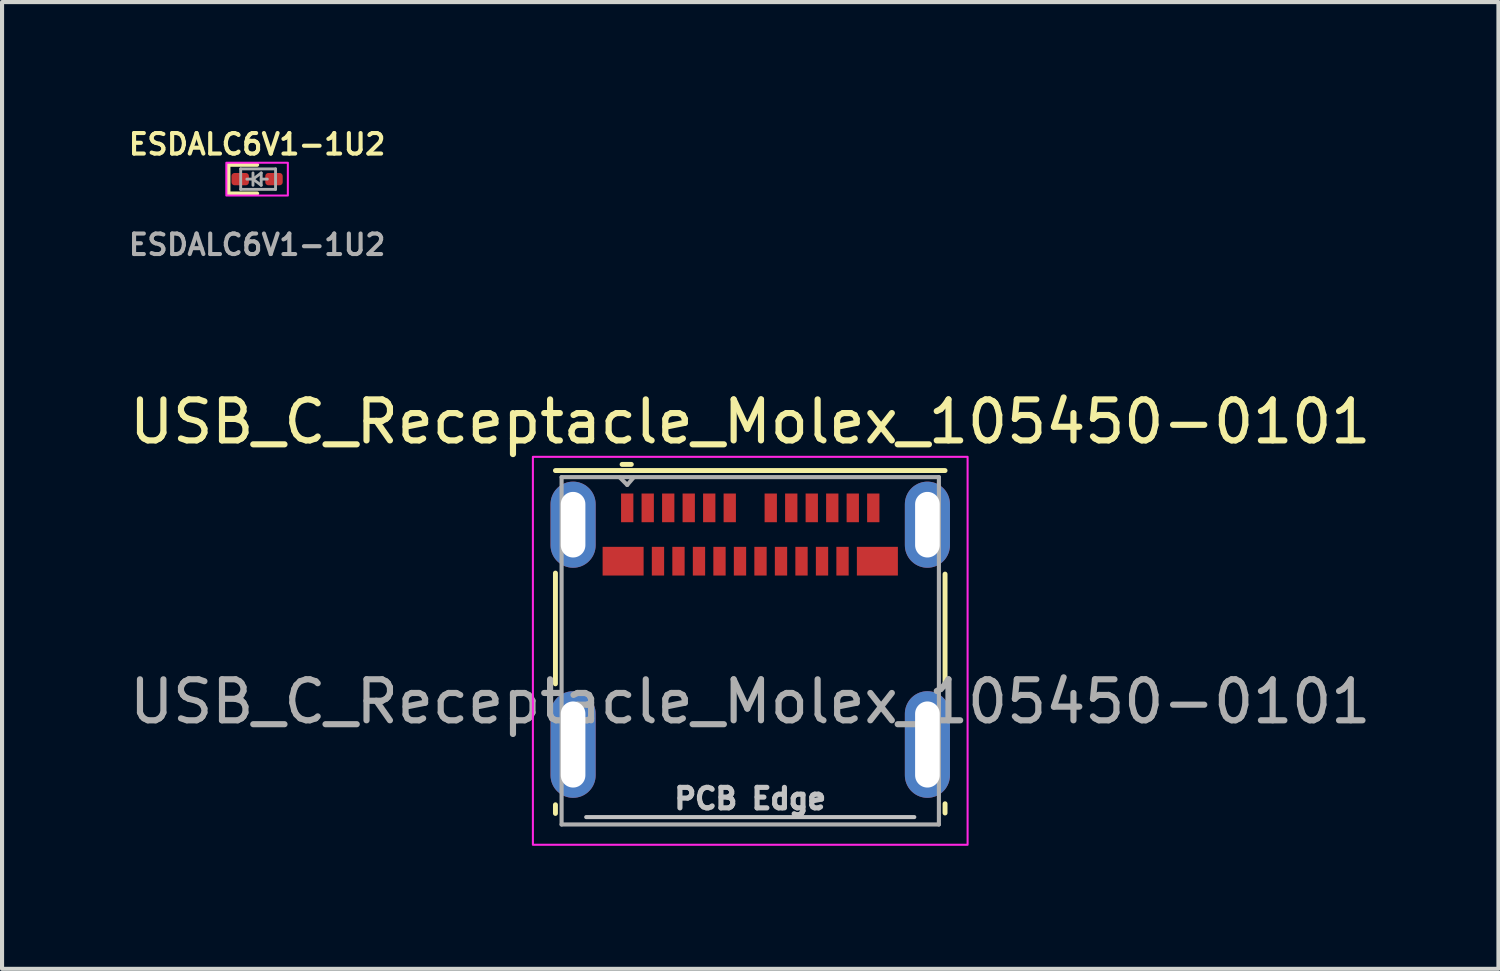
<source format=kicad_pcb>
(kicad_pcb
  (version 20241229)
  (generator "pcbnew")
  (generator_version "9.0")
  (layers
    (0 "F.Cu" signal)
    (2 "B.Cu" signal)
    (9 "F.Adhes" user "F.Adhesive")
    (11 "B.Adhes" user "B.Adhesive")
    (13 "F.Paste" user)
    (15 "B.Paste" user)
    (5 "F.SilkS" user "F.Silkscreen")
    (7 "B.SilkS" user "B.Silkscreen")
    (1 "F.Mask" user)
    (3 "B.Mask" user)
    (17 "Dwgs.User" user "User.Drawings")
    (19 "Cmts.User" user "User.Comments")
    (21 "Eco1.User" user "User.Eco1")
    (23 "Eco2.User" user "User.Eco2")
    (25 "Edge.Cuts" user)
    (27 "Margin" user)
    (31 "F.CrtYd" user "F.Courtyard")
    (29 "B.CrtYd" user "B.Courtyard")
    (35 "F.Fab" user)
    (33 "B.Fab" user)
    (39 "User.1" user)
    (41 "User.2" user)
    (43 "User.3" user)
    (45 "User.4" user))
  (footprint "USB_C_Receptacle_Molex_105450-0101"
    (layer "F.Cu")
    (at 15.244 12.549)
    (property "Reference" "USB_C_Receptacle_Molex_105450-0101" (at 0 -5.315 0) (unlocked yes) (layer "F.SilkS") (effects (font (size 1 1) (thickness 0.15))))
    (attr smd)
    (fp_line (start -4.75 -4.125) (end 4.75 -4.125) (stroke (width 0.12) (type solid)) (layer "F.SilkS"))
    (fp_line (start -4.75 -1.625) (end -4.75 1.075) (stroke (width 0.12) (type solid)) (layer "F.SilkS"))
    (fp_line (start -4.75 4.235) (end -4.75 4.025) (stroke (width 0.12) (type solid)) (layer "F.SilkS"))
    (fp_line (start -3.125 -4.275) (end -2.9 -4.275) (stroke (width 0.12) (type solid)) (layer "F.SilkS"))
    (fp_line (start 4.75 1.125) (end 4.75 -1.6) (stroke (width 0.12) (type solid)) (layer "F.SilkS"))
    (fp_line (start 4.75 4.225) (end 4.75 4) (stroke (width 0.12) (type solid)) (layer "F.SilkS"))
    (fp_line (start -4 4.325) (end 4 4.325) (stroke (width 0.1) (type solid)) (layer "Dwgs.User"))
    (fp_rect (start -5.3 -4.46) (end 5.3 5) (stroke (width 0.05) (type solid)) (fill no) (layer "F.CrtYd"))
    (fp_line (start -4.6 -3.965) (end -4.6 4.505) (stroke (width 0.1) (type solid)) (layer "F.Fab"))
    (fp_line (start -4.6 -3.965) (end 4.6 -3.965) (stroke (width 0.1) (type solid)) (layer "F.Fab"))
    (fp_line (start -4.6 4.505) (end 4.6 4.505) (stroke (width 0.1) (type solid)) (layer "F.Fab"))
    (fp_line (start -3.175 -3.95) (end -3 -3.775) (stroke (width 0.1) (type solid)) (layer "F.Fab"))
    (fp_line (start -3 -3.775) (end -2.85 -3.95) (stroke (width 0.1) (type solid)) (layer "F.Fab"))
    (fp_line (start 4.6 4.505) (end 4.6 -3.965) (stroke (width 0.1) (type solid)) (layer "F.Fab"))
    (fp_text user "PCB Edge" (at 0 3.875 0) (unlocked yes) (layer "Dwgs.User") (effects (font (size 0.5 0.5) (thickness 0.125))))
    (fp_text user "${REFERENCE}" (at 0 1.51 0) (unlocked yes) (layer "F.Fab") (effects (font (size 1 1) (thickness 0.15))))
    (pad "A1" smd rect (at -3 -3.215) (size 0.3 0.7) (layers "F.Cu" "F.Mask" "F.Paste"))
    (pad "A2" smd rect (at -2.5 -3.215) (size 0.3 0.7) (layers "F.Cu" "F.Mask" "F.Paste"))
    (pad "A3" smd rect (at -2 -3.215) (size 0.3 0.7) (layers "F.Cu" "F.Mask" "F.Paste"))
    (pad "A4" smd rect (at -1.5 -3.215) (size 0.3 0.7) (layers "F.Cu" "F.Mask" "F.Paste"))
    (pad "A5" smd rect (at -1 -3.215) (size 0.3 0.7) (layers "F.Cu" "F.Mask" "F.Paste"))
    (pad "A6" smd rect (at -0.5 -3.215) (size 0.3 0.7) (layers "F.Cu" "F.Mask" "F.Paste"))
    (pad "A7" smd rect (at 0.5 -3.215) (size 0.3 0.7) (layers "F.Cu" "F.Mask" "F.Paste"))
    (pad "A8" smd rect (at 1 -3.215) (size 0.3 0.7) (layers "F.Cu" "F.Mask" "F.Paste"))
    (pad "A9" smd rect (at 1.5 -3.215) (size 0.3 0.7) (layers "F.Cu" "F.Mask" "F.Paste"))
    (pad "A10" smd rect (at 2 -3.215) (size 0.3 0.7) (layers "F.Cu" "F.Mask" "F.Paste"))
    (pad "A11" smd rect (at 2.5 -3.215) (size 0.3 0.7) (layers "F.Cu" "F.Mask" "F.Paste"))
    (pad "A12" smd rect (at 3 -3.215) (size 0.3 0.7) (layers "F.Cu" "F.Mask" "F.Paste"))
    (pad "B1" smd rect (at 3.1 -1.915) (size 1 0.7) (layers "F.Cu" "F.Mask" "F.Paste"))
    (pad "B2" smd rect (at 2.25 -1.915) (size 0.3 0.7) (layers "F.Cu" "F.Mask" "F.Paste"))
    (pad "B3" smd rect (at 1.75 -1.915) (size 0.3 0.7) (layers "F.Cu" "F.Mask" "F.Paste"))
    (pad "B4" smd rect (at 1.25 -1.915) (size 0.3 0.7) (layers "F.Cu" "F.Mask" "F.Paste"))
    (pad "B5" smd rect (at 0.75 -1.915) (size 0.3 0.7) (layers "F.Cu" "F.Mask" "F.Paste"))
    (pad "B6" smd rect (at 0.25 -1.915) (size 0.3 0.7) (layers "F.Cu" "F.Mask" "F.Paste"))
    (pad "B7" smd rect (at -0.25 -1.915) (size 0.3 0.7) (layers "F.Cu" "F.Mask" "F.Paste"))
    (pad "B8" smd rect (at -0.75 -1.915) (size 0.3 0.7) (layers "F.Cu" "F.Mask" "F.Paste"))
    (pad "B9" smd rect (at -1.25 -1.915) (size 0.3 0.7) (layers "F.Cu" "F.Mask" "F.Paste"))
    (pad "B10" smd rect (at -1.75 -1.915) (size 0.3 0.7) (layers "F.Cu" "F.Mask" "F.Paste"))
    (pad "B11" smd rect (at -2.25 -1.915) (size 0.3 0.7) (layers "F.Cu" "F.Mask" "F.Paste"))
    (pad "B12" smd rect (at -3.1 -1.915) (size 1 0.7) (layers "F.Cu" "F.Mask" "F.Paste"))
    (pad "S1" thru_hole oval (at -4.32 -2.805) (size 1.1 2.1) (drill oval 0.6 1.6) (property pad_prop_heatsink) (layers "*.Cu" "*.Mask"))
    (pad "S1" thru_hole oval (at -4.32 2.555) (size 1.1 2.6) (drill oval 0.6 2.1) (property pad_prop_heatsink) (layers "*.Cu" "*.Mask"))
    (pad "S1" thru_hole oval (at 4.32 -2.805) (size 1.1 2.1) (drill oval 0.6 1.6) (property pad_prop_heatsink) (layers "*.Cu" "*.Mask"))
    (pad "S1" thru_hole oval (at 4.32 2.555) (size 1.1 2.6) (drill oval 0.6 2.1) (property pad_prop_heatsink) (layers "*.Cu" "*.Mask"))
    (zone (net_name "") (layers "F.Cu" "Dwgs.User") (hatch full 0.508) (connect_pads) (min_thickness 0.254) (filled_areas_thickness no) (keepout (tracks not_allowed) (vias not_allowed) (pads not_allowed) (copperpour not_allowed) (footprints not_allowed)) (placement (enabled no)) (fill) (polygon (pts (xy 18.744 16.874) (xy 11.744 16.874) (xy 11.744 12.249) (xy 18.744 12.249)))))
  (footprint "ESDALC6V1-1U2"
    (layer "F.Cu")
    (at 3.219 1.318)
    (property "Reference" "ESDALC6V1-1U2" (at 0 -0.85 0) (unlocked yes) (layer "F.SilkS") (effects (font (size 0.5 0.5) (thickness 0.1))))
    (attr smd)
    (fp_line (start -0.7 -0.35) (end -0.7 0.35) (stroke (width 0.1) (type solid)) (layer "F.SilkS"))
    (fp_line (start -0.7 0.35) (end 0 0.35) (stroke (width 0.1) (type solid)) (layer "F.SilkS"))
    (fp_line (start 0 -0.35) (end -0.7 -0.35) (stroke (width 0.1) (type solid)) (layer "F.SilkS"))
    (fp_rect (start 0.75 0.4) (end -0.75 -0.4) (stroke (width 0.05) (type default)) (fill no) (layer "F.CrtYd"))
    (fp_line (start -0.4 -0.25) (end -0.4 0.25) (stroke (width 0.07) (type solid)) (layer "F.Fab"))
    (fp_line (start -0.4 -0.25) (end 0.45 -0.25) (stroke (width 0.07) (type solid)) (layer "F.Fab"))
    (fp_line (start -0.1 -0.15) (end -0.1 0.15) (stroke (width 0.07) (type solid)) (layer "F.Fab"))
    (fp_line (start -0.1 0) (end -0.25 0) (stroke (width 0.07) (type solid)) (layer "F.Fab"))
    (fp_line (start -0.1 0) (end 0.1 0.15) (stroke (width 0.07) (type solid)) (layer "F.Fab"))
    (fp_line (start 0.1 -0.15) (end -0.1 0) (stroke (width 0.07) (type solid)) (layer "F.Fab"))
    (fp_line (start 0.1 -0.15) (end 0.1 0.15) (stroke (width 0.07) (type solid)) (layer "F.Fab"))
    (fp_line (start 0.1 0) (end 0.25 0) (stroke (width 0.07) (type solid)) (layer "F.Fab"))
    (fp_line (start 0.45 -0.25) (end 0.45 0.25) (stroke (width 0.07) (type solid)) (layer "F.Fab"))
    (fp_line (start 0.45 0.25) (end -0.4 0.25) (stroke (width 0.07) (type solid)) (layer "F.Fab"))
    (fp_text user "${REFERENCE}" (at 0 1.6 0) (unlocked yes) (layer "F.Fab") (effects (font (size 0.5 0.5) (thickness 0.1) (bold yes))))
    (pad "1" smd roundrect (at -0.412 0) (size 0.425 0.3) (layers "F.Cu" "F.Mask" "F.Paste") (roundrect_rratio 0.25))
    (pad "2" smd roundrect (at 0.412 0) (size 0.425 0.3) (layers "F.Cu" "F.Mask" "F.Paste") (roundrect_rratio 0.25)))
  (gr_rect
    (start -3 -3)
    (end 33.488 20.574)
    (stroke (width 0.1) (type default))
    (fill no)
    (layer "Edge.Cuts")))
</source>
